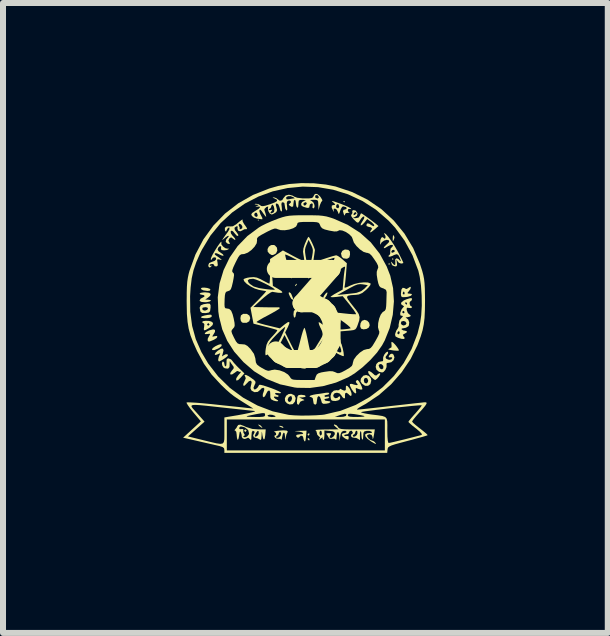
<source format=kicad_pcb>
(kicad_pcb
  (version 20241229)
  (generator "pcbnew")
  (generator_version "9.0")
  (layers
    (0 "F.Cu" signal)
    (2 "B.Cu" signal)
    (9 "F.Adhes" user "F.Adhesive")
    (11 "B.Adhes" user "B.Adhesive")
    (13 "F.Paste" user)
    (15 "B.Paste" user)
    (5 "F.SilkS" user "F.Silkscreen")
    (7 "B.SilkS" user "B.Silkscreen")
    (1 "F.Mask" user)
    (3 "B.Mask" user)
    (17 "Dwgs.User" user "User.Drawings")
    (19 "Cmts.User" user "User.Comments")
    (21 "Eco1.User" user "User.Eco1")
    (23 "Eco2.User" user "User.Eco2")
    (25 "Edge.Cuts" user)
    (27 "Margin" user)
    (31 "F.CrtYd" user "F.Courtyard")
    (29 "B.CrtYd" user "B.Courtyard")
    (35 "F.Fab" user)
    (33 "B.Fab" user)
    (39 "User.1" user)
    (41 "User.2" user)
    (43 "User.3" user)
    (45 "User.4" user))
  (footprint "3"
    (layer "F.Cu")
    (at 2.044 2.251)
    (property "Reference" "3" (at 0 0 0) (layer "F.SilkS") (effects (font (size 1.5 1.5) (thickness 0.3))))
    (attr board_only exclude_from_pos_files exclude_from_bom)
    (fp_poly (pts (xy -0.782 -1.635) (xy -0.792 -1.625) (xy -0.802 -1.635) (xy -0.792 -1.645)) (stroke (width 0) (type solid)) (fill yes) (layer "F.SilkS"))
    (fp_poly (pts (xy 0.309 -0.237) (xy 0.298 -0.226) (xy 0.288 -0.237) (xy 0.298 -0.247)) (stroke (width 0) (type solid)) (fill yes) (layer "F.SilkS"))
    (fp_poly (pts (xy 0.055 -0.302) (xy 0.052 -0.289) (xy 0.041 -0.288) (xy 0.024 -0.295) (xy 0.027 -0.302) (xy 0.052 -0.304)) (stroke (width 0) (type solid)) (fill yes) (layer "F.SilkS"))
    (fp_poly (pts (xy 0.261 -0.281) (xy 0.263 -0.257) (xy 0.261 -0.254) (xy 0.248 -0.256) (xy 0.247 -0.267) (xy 0.254 -0.284)) (stroke (width 0) (type solid)) (fill yes) (layer "F.SilkS"))
    (fp_poly (pts (xy 0.651 -1.947) (xy 0.648 -1.935) (xy 0.638 -1.933) (xy 0.621 -1.941) (xy 0.624 -1.947) (xy 0.648 -1.949)) (stroke (width 0) (type solid)) (fill yes) (layer "F.SilkS"))
    (fp_poly (pts (xy 1.392 -0.919) (xy 1.394 -0.894) (xy 1.392 -0.891) (xy 1.379 -0.894) (xy 1.378 -0.905) (xy 1.385 -0.922)) (stroke (width 0) (type solid)) (fill yes) (layer "F.SilkS"))
    (fp_poly (pts (xy 1.453 -1.001) (xy 1.456 -0.977) (xy 1.453 -0.973) (xy 1.441 -0.976) (xy 1.44 -0.987) (xy 1.447 -1.004)) (stroke (width 0) (type solid)) (fill yes) (layer "F.SilkS"))
    (fp_poly (pts (xy -0.758 1.783) (xy -0.74 1.8) (xy -0.722 1.826) (xy -0.734 1.824) (xy -0.77 1.799) (xy -0.792 1.777) (xy -0.788 1.769)) (stroke (width 0) (type solid)) (fill yes) (layer "F.SilkS"))
    (fp_poly (pts (xy -0.153 -0.295) (xy -0.157 -0.279) (xy -0.173 -0.25) (xy -0.184 -0.255) (xy -0.185 -0.266) (xy -0.17 -0.294) (xy -0.165 -0.298)) (stroke (width 0) (type solid)) (fill yes) (layer "F.SilkS"))
    (fp_poly (pts (xy 0.244 -0.568) (xy 0.266 -0.548) (xy 0.267 -0.544) (xy 0.258 -0.535) (xy 0.237 -0.554) (xy 0.235 -0.558) (xy 0.232 -0.573)) (stroke (width 0) (type solid)) (fill yes) (layer "F.SilkS"))
    (fp_poly (pts (xy -0.988 1.867) (xy -0.987 1.872) (xy -1.003 1.892) (xy -1.008 1.892) (xy -1.028 1.876) (xy -1.028 1.872) (xy -1.013 1.852) (xy -1.008 1.851)) (stroke (width 0) (type solid)) (fill yes) (layer "F.SilkS"))
    (fp_poly (pts (xy -0.391 1.8) (xy -0.38 1.81) (xy -0.372 1.826) (xy -0.384 1.825) (xy -0.422 1.81) (xy -0.447 1.796) (xy -0.436 1.791) (xy -0.428 1.791)) (stroke (width 0) (type solid)) (fill yes) (layer "F.SilkS"))
    (fp_poly (pts (xy -0.15 -0.563) (xy -0.154 -0.555) (xy -0.174 -0.536) (xy -0.177 -0.535) (xy -0.179 -0.548) (xy -0.175 -0.555) (xy -0.155 -0.575) (xy -0.152 -0.576)) (stroke (width 0) (type solid)) (fill yes) (layer "F.SilkS"))
    (fp_poly (pts (xy 0.061 2.01) (xy 0.062 2.016) (xy 0.055 2.036) (xy 0.053 2.036) (xy 0.035 2.022) (xy 0.031 2.016) (xy 0.032 1.997) (xy 0.04 1.995)) (stroke (width 0) (type solid)) (fill yes) (layer "F.SilkS"))
    (fp_poly (pts (xy 0.061 1.929) (xy 0.062 1.933) (xy 0.046 1.953) (xy 0.04 1.954) (xy 0.028 1.941) (xy 0.031 1.933) (xy 0.049 1.914) (xy 0.053 1.913)) (stroke (width 0) (type solid)) (fill yes) (layer "F.SilkS"))
    (fp_poly (pts (xy 1.467 -1.379) (xy 1.476 -1.342) (xy 1.467 -1.313) (xy 1.453 -1.285) (xy 1.448 -1.292) (xy 1.447 -1.333) (xy 1.451 -1.377) (xy 1.465 -1.381)) (stroke (width 0) (type solid)) (fill yes) (layer "F.SilkS"))
    (fp_poly (pts (xy 0.359 -0.416) (xy 0.346 -0.38) (xy 0.323 -0.344) (xy 0.3 -0.328) (xy 0.289 -0.339) (xy 0.289 -0.344) (xy 0.301 -0.373) (xy 0.326 -0.408) (xy 0.351 -0.43) (xy 0.357 -0.432)) (stroke (width 0) (type solid)) (fill yes) (layer "F.SilkS"))
    (fp_poly (pts (xy -1.643 -0.505) (xy -1.603 -0.492) (xy -1.589 -0.478) (xy -1.599 -0.46) (xy -1.639 -0.455) (xy -1.7 -0.464) (xy -1.712 -0.467) (xy -1.743 -0.484) (xy -1.748 -0.496) (xy -1.731 -0.509) (xy -1.691 -0.511)) (stroke (width 0) (type solid)) (fill yes) (layer "F.SilkS"))
    (fp_poly (pts (xy -0.249 -0.415) (xy -0.239 -0.396) (xy -0.221 -0.351) (xy -0.214 -0.334) (xy -0.214 -0.311) (xy -0.221 -0.309) (xy -0.243 -0.325) (xy -0.264 -0.361) (xy -0.284 -0.407) (xy -0.285 -0.428) (xy -0.27 -0.432)) (stroke (width 0) (type solid)) (fill yes) (layer "F.SilkS"))
    (fp_poly (pts (xy 0.708 -1.139) (xy 0.733 -1.113) (xy 0.736 -1.062) (xy 0.725 -1.015) (xy 0.695 -0.995) (xy 0.675 -0.991) (xy 0.623 -0.999) (xy 0.598 -1.026) (xy 0.586 -1.08) (xy 0.607 -1.123) (xy 0.651 -1.146)) (stroke (width 0) (type solid)) (fill yes) (layer "F.SilkS"))
    (fp_poly (pts (xy -1.57 -0.055) (xy -1.568 -0.03) (xy -1.573 -0.022) (xy -1.598 -0.009) (xy -1.644 -0.001) (xy -1.695 -0.001) (xy -1.735 -0.007) (xy -1.748 -0.019) (xy -1.73 -0.033) (xy -1.687 -0.046) (xy -1.636 -0.056) (xy -1.591 -0.06)) (stroke (width 0) (type solid)) (fill yes) (layer "F.SilkS"))
    (fp_poly (pts (xy -1.399 0.441) (xy -1.407 0.465) (xy -1.442 0.494) (xy -1.459 0.503) (xy -1.523 0.53) (xy -1.557 0.53) (xy -1.563 0.515) (xy -1.546 0.493) (xy -1.507 0.466) (xy -1.46 0.443) (xy -1.422 0.432) (xy -1.42 0.432)) (stroke (width 0) (type solid)) (fill yes) (layer "F.SilkS"))
    (fp_poly (pts (xy -0.981 -0.073) (xy -0.939 -0.044) (xy -0.926 -0.002) (xy -0.942 0.049) (xy -0.986 0.076) (xy -1.046 0.075) (xy -1.064 0.069) (xy -1.083 0.043) (xy -1.09 -0.001) (xy -1.081 -0.048) (xy -1.048 -0.071) (xy -1.038 -0.074)) (stroke (width 0) (type solid)) (fill yes) (layer "F.SilkS"))
    (fp_poly (pts (xy 0.008 0.704) (xy 0.029 0.754) (xy 0.031 0.773) (xy 0.024 0.818) (xy -0.005 0.836) (xy -0.022 0.839) (xy -0.072 0.833) (xy -0.101 0.814) (xy -0.12 0.764) (xy -0.103 0.715) (xy -0.077 0.691) (xy -0.03 0.681)) (stroke (width 0) (type solid)) (fill yes) (layer "F.SilkS"))
    (fp_poly (pts (xy -0.514 -1.213) (xy -0.481 -1.176) (xy -0.475 -1.127) (xy -0.496 -1.082) (xy -0.513 -1.07) (xy -0.548 -1.053) (xy -0.571 -1.054) (xy -0.602 -1.071) (xy -0.635 -1.108) (xy -0.638 -1.152) (xy -0.617 -1.193) (xy -0.579 -1.219) (xy -0.532 -1.221)) (stroke (width 0) (type solid)) (fill yes) (layer "F.SilkS"))
    (fp_poly (pts (xy 1.022 0.04) (xy 1.054 0.074) (xy 1.064 0.118) (xy 1.048 0.155) (xy 1.01 0.178) (xy 0.96 0.185) (xy 0.921 0.173) (xy 0.919 0.171) (xy 0.905 0.134) (xy 0.911 0.084) (xy 0.933 0.044) (xy 0.935 0.042) (xy 0.979 0.026)) (stroke (width 0) (type solid)) (fill yes) (layer "F.SilkS"))
    (fp_poly (pts (xy 1.088 0.896) (xy 1.11 0.914) (xy 1.148 0.948) (xy 1.172 0.954) (xy 1.192 0.937) (xy 1.222 0.916) (xy 1.238 0.918) (xy 1.237 0.937) (xy 1.217 0.971) (xy 1.188 1.005) (xy 1.16 1.027) (xy 1.152 1.028) (xy 1.131 1.015) (xy 1.094 0.981) (xy 1.081 0.968) (xy 1.045 0.92) (xy 1.036 0.888) (xy 1.052 0.877)) (stroke (width 0) (type solid)) (fill yes) (layer "F.SilkS"))
    (fp_poly (pts (xy 1.456 0.407) (xy 1.489 0.441) (xy 1.521 0.482) (xy 1.545 0.518) (xy 1.549 0.538) (xy 1.548 0.539) (xy 1.52 0.541) (xy 1.466 0.537) (xy 1.44 0.533) (xy 1.387 0.524) (xy 1.371 0.516) (xy 1.387 0.507) (xy 1.393 0.504) (xy 1.427 0.483) (xy 1.428 0.444) (xy 1.427 0.44) (xy 1.424 0.404) (xy 1.432 0.392)) (stroke (width 0) (type solid)) (fill yes) (layer "F.SilkS"))
    (fp_poly (pts (xy -0.02 1.282) (xy -0.001 1.297) (xy -0.015 1.311) (xy -0.057 1.318) (xy -0.113 1.319) (xy -0.062 1.342) (xy -0.026 1.359) (xy -0.028 1.367) (xy -0.057 1.373) (xy -0.093 1.39) (xy -0.103 1.41) (xy -0.118 1.437) (xy -0.129 1.44) (xy -0.146 1.424) (xy -0.149 1.374) (xy -0.147 1.357) (xy -0.14 1.305) (xy -0.123 1.281) (xy -0.086 1.275) (xy -0.07 1.275)) (stroke (width 0) (type solid)) (fill yes) (layer "F.SilkS"))
    (fp_poly (pts (xy -0.191 1.282) (xy -0.169 1.329) (xy -0.181 1.387) (xy -0.217 1.43) (xy -0.27 1.436) (xy -0.314 1.417) (xy -0.346 1.38) (xy -0.348 1.35) (xy -0.302 1.35) (xy -0.296 1.381) (xy -0.271 1.395) (xy -0.245 1.378) (xy -0.23 1.34) (xy -0.236 1.303) (xy -0.253 1.296) (xy -0.285 1.313) (xy -0.302 1.35) (xy -0.348 1.35) (xy -0.349 1.333) (xy -0.328 1.29) (xy -0.287 1.262) (xy -0.245 1.258)) (stroke (width 0) (type solid)) (fill yes) (layer "F.SilkS"))
    (fp_poly (pts (xy 1.051 0.961) (xy 1.083 1.001) (xy 1.09 1.039) (xy 1.075 1.095) (xy 1.037 1.125) (xy 0.987 1.125) (xy 0.936 1.09) (xy 0.911 1.051) (xy 0.913 1.033) (xy 0.965 1.033) (xy 0.975 1.069) (xy 0.981 1.077) (xy 1.01 1.086) (xy 1.033 1.064) (xy 1.039 1.037) (xy 1.023 1.002) (xy 1.003 0.991) (xy 0.976 1.001) (xy 0.965 1.033) (xy 0.913 1.033) (xy 0.916 1.01) (xy 0.922 0.997) (xy 0.958 0.956) (xy 1.005 0.945)) (stroke (width 0) (type solid)) (fill yes) (layer "F.SilkS"))
    (fp_poly (pts (xy -1.611 -0.425) (xy -1.584 -0.404) (xy -1.595 -0.373) (xy -1.63 -0.343) (xy -1.676 -0.311) (xy -1.63 -0.31) (xy -1.589 -0.303) (xy -1.582 -0.291) (xy -1.604 -0.278) (xy -1.648 -0.269) (xy -1.676 -0.267) (xy -1.738 -0.272) (xy -1.766 -0.286) (xy -1.769 -0.297) (xy -1.752 -0.326) (xy -1.728 -0.339) (xy -1.694 -0.358) (xy -1.686 -0.372) (xy -1.704 -0.387) (xy -1.728 -0.391) (xy -1.761 -0.399) (xy -1.769 -0.411) (xy -1.75 -0.424) (xy -1.704 -0.431) (xy -1.676 -0.432)) (stroke (width 0) (type solid)) (fill yes) (layer "F.SilkS"))
    (fp_poly (pts (xy 0.88 1.045) (xy 0.905 1.084) (xy 0.928 1.131) (xy 0.941 1.171) (xy 0.939 1.186) (xy 0.913 1.188) (xy 0.874 1.176) (xy 0.838 1.162) (xy 0.829 1.174) (xy 0.835 1.203) (xy 0.839 1.244) (xy 0.824 1.252) (xy 0.797 1.229) (xy 0.762 1.18) (xy 0.734 1.123) (xy 0.734 1.095) (xy 0.764 1.092) (xy 0.803 1.105) (xy 0.846 1.114) (xy 0.865 1.107) (xy 0.854 1.088) (xy 0.843 1.08) (xy 0.832 1.056) (xy 0.847 1.032) (xy 0.86 1.028)) (stroke (width 0) (type solid)) (fill yes) (layer "F.SilkS"))
    (fp_poly (pts (xy -1.6 -0.242) (xy -1.587 -0.219) (xy -1.587 -0.173) (xy -1.588 -0.17) (xy -1.595 -0.119) (xy -1.615 -0.096) (xy -1.66 -0.087) (xy -1.668 -0.086) (xy -1.726 -0.088) (xy -1.753 -0.108) (xy -1.756 -0.114) (xy -1.765 -0.154) (xy -1.726 -0.154) (xy -1.713 -0.136) (xy -1.68 -0.127) (xy -1.643 -0.141) (xy -1.63 -0.159) (xy -1.64 -0.179) (xy -1.674 -0.185) (xy -1.718 -0.177) (xy -1.726 -0.154) (xy -1.765 -0.154) (xy -1.769 -0.176) (xy -1.751 -0.215) (xy -1.704 -0.234) (xy -1.637 -0.245)) (stroke (width 0) (type solid)) (fill yes) (layer "F.SilkS"))
    (fp_poly (pts (xy -1.513 0.194) (xy -1.514 0.228) (xy -1.537 0.267) (xy -1.557 0.299) (xy -1.55 0.306) (xy -1.526 0.3) (xy -1.485 0.294) (xy -1.473 0.308) (xy -1.489 0.332) (xy -1.531 0.358) (xy -1.534 0.359) (xy -1.587 0.381) (xy -1.613 0.389) (xy -1.626 0.384) (xy -1.635 0.371) (xy -1.634 0.341) (xy -1.615 0.302) (xy -1.594 0.267) (xy -1.602 0.257) (xy -1.634 0.262) (xy -1.676 0.264) (xy -1.685 0.251) (xy -1.662 0.229) (xy -1.612 0.203) (xy -1.606 0.201) (xy -1.544 0.184)) (stroke (width 0) (type solid)) (fill yes) (layer "F.SilkS"))
    (fp_poly (pts (xy -1.615 0.044) (xy -1.575 0.054) (xy -1.545 0.078) (xy -1.553 0.113) (xy -1.598 0.154) (xy -1.612 0.163) (xy -1.666 0.194) (xy -1.693 0.201) (xy -1.7 0.182) (xy -1.694 0.144) (xy -1.691 0.103) (xy -1.645 0.103) (xy -1.63 0.123) (xy -1.625 0.123) (xy -1.605 0.108) (xy -1.604 0.103) (xy -1.62 0.083) (xy -1.625 0.082) (xy -1.645 0.098) (xy -1.645 0.103) (xy -1.691 0.103) (xy -1.691 0.097) (xy -1.704 0.082) (xy -1.726 0.068) (xy -1.728 0.062) (xy -1.71 0.048) (xy -1.667 0.042)) (stroke (width 0) (type solid)) (fill yes) (layer "F.SilkS"))
    (fp_poly (pts (xy -1.371 0.537) (xy -1.387 0.6) (xy -1.389 0.607) (xy -1.397 0.634) (xy -1.384 0.628) (xy -1.377 0.622) (xy -1.34 0.601) (xy -1.308 0.599) (xy -1.296 0.615) (xy -1.311 0.636) (xy -1.349 0.666) (xy -1.395 0.696) (xy -1.434 0.716) (xy -1.447 0.72) (xy -1.459 0.703) (xy -1.46 0.688) (xy -1.451 0.644) (xy -1.438 0.614) (xy -1.425 0.586) (xy -1.439 0.586) (xy -1.46 0.597) (xy -1.503 0.612) (xy -1.518 0.602) (xy -1.503 0.574) (xy -1.471 0.543) (xy -1.414 0.507) (xy -1.381 0.506)) (stroke (width 0) (type solid)) (fill yes) (layer "F.SilkS"))
    (fp_poly (pts (xy 0.005 1.949) (xy -0.002 2.013) (xy -0.009 2.045) (xy -0.018 2.051) (xy -0.026 2.044) (xy -0.039 2.013) (xy -0.041 1.992) (xy -0.055 1.961) (xy -0.083 1.955) (xy -0.107 1.976) (xy -0.107 1.978) (xy -0.128 1.991) (xy -0.14 1.987) (xy -0.164 1.961) (xy -0.151 1.941) (xy -0.104 1.933) (xy -0.103 1.933) (xy -0.055 1.928) (xy -0.043 1.915) (xy -0.064 1.9) (xy -0.115 1.888) (xy -0.129 1.887) (xy -0.173 1.882) (xy -0.183 1.879) (xy -0.155 1.877) (xy -0.102 1.875) (xy 0.012 1.872)) (stroke (width 0) (type solid)) (fill yes) (layer "F.SilkS"))
    (fp_poly (pts (xy 1.749 -0.514) (xy 1.74 -0.484) (xy 1.714 -0.449) (xy 1.692 -0.421) (xy 1.703 -0.412) (xy 1.726 -0.411) (xy 1.762 -0.405) (xy 1.766 -0.39) (xy 1.744 -0.372) (xy 1.7 -0.358) (xy 1.669 -0.354) (xy 1.615 -0.351) (xy 1.591 -0.361) (xy 1.584 -0.391) (xy 1.584 -0.417) (xy 1.613 -0.417) (xy 1.615 -0.41) (xy 1.635 -0.392) (xy 1.645 -0.412) (xy 1.645 -0.423) (xy 1.635 -0.444) (xy 1.624 -0.442) (xy 1.613 -0.417) (xy 1.584 -0.417) (xy 1.584 -0.419) (xy 1.592 -0.478) (xy 1.613 -0.508) (xy 1.643 -0.503) (xy 1.651 -0.496) (xy 1.679 -0.487) (xy 1.711 -0.507) (xy 1.739 -0.525)) (stroke (width 0) (type solid)) (fill yes) (layer "F.SilkS"))
    (fp_poly (pts (xy -0.128 -0.222) (xy -0.113 -0.216) (xy -0.045 -0.197) (xy 0.033 -0.19) (xy 0.105 -0.194) (xy 0.144 -0.205) (xy 0.181 -0.218) (xy 0.204 -0.214) (xy 0.202 -0.198) (xy 0.188 -0.187) (xy 0.18 -0.171) (xy 0.21 -0.153) (xy 0.224 -0.148) (xy 0.269 -0.126) (xy 0.284 -0.093) (xy 0.285 -0.058) (xy 0.282 -0.016) (xy 0.279 -0.014) (xy 0.273 -0.045) (xy 0.26 -0.083) (xy 0.226 -0.11) (xy 0.17 -0.132) (xy 0.089 -0.156) (xy 0.024 -0.163) (xy -0.042 -0.153) (xy -0.085 -0.141) (xy -0.139 -0.119) (xy -0.162 -0.091) (xy -0.165 -0.07) (xy -0.173 -0.028) (xy -0.185 -0.01) (xy -0.199 -0.019) (xy -0.206 -0.06) (xy -0.206 -0.069) (xy -0.2 -0.119) (xy -0.178 -0.144) (xy -0.152 -0.153) (xy -0.117 -0.166) (xy -0.115 -0.185) (xy -0.127 -0.2) (xy -0.143 -0.224)) (stroke (width 0) (type solid)) (fill yes) (layer "F.SilkS"))
    (fp_poly (pts (xy 0.391 1.252) (xy 0.374 1.271) (xy 0.35 1.275) (xy 0.316 1.284) (xy 0.309 1.297) (xy 0.325 1.31) (xy 0.35 1.306) (xy 0.383 1.304) (xy 0.391 1.315) (xy 0.374 1.333) (xy 0.35 1.337) (xy 0.316 1.345) (xy 0.309 1.357) (xy 0.326 1.373) (xy 0.36 1.378) (xy 0.402 1.384) (xy 0.409 1.398) (xy 0.383 1.414) (xy 0.34 1.423) (xy 0.291 1.425) (xy 0.268 1.41) (xy 0.255 1.366) (xy 0.255 1.364) (xy 0.236 1.311) (xy 0.212 1.296) (xy 0.193 1.317) (xy 0.185 1.368) (xy 0.178 1.421) (xy 0.157 1.44) (xy 0.154 1.44) (xy 0.13 1.421) (xy 0.123 1.378) (xy 0.114 1.329) (xy 0.093 1.316) (xy 0.065 1.307) (xy 0.062 1.298) (xy 0.08 1.286) (xy 0.128 1.273) (xy 0.167 1.266) (xy 0.242 1.256) (xy 0.309 1.245) (xy 0.332 1.241) (xy 0.377 1.239)) (stroke (width 0) (type solid)) (fill yes) (layer "F.SilkS"))
    (fp_poly (pts (xy -0.318 1.871) (xy -0.3 1.887) (xy -0.306 1.9) (xy -0.323 1.936) (xy -0.334 1.985) (xy -0.34 2.018) (xy -0.344 2.015) (xy -0.346 1.974) (xy -0.347 1.965) (xy -0.354 1.915) (xy -0.368 1.904) (xy -0.383 1.928) (xy -0.396 1.985) (xy -0.403 2.02) (xy -0.408 2.024) (xy -0.408 2.023) (xy -0.427 2.007) (xy -0.449 2.009) (xy -0.492 2.002) (xy -0.513 1.986) (xy -0.519 1.974) (xy -0.494 1.974) (xy -0.489 1.993) (xy -0.465 1.99) (xy -0.444 1.982) (xy -0.421 1.959) (xy -0.411 1.925) (xy -0.419 1.898) (xy -0.432 1.892) (xy -0.45 1.909) (xy -0.452 1.923) (xy -0.464 1.95) (xy -0.473 1.954) (xy -0.493 1.969) (xy -0.494 1.974) (xy -0.519 1.974) (xy -0.527 1.959) (xy -0.517 1.954) (xy -0.495 1.941) (xy -0.497 1.914) (xy -0.517 1.892) (xy -0.53 1.889) (xy -0.532 1.885) (xy -0.501 1.879) (xy -0.463 1.873) (xy -0.373 1.866)) (stroke (width 0) (type solid)) (fill yes) (layer "F.SilkS"))
    (fp_poly (pts (xy 0.697 1.131) (xy 0.726 1.167) (xy 0.739 1.191) (xy 0.76 1.245) (xy 0.762 1.282) (xy 0.748 1.295) (xy 0.722 1.277) (xy 0.711 1.264) (xy 0.679 1.24) (xy 0.655 1.25) (xy 0.651 1.289) (xy 0.652 1.296) (xy 0.652 1.329) (xy 0.635 1.335) (xy 0.609 1.313) (xy 0.593 1.287) (xy 0.562 1.252) (xy 0.518 1.24) (xy 0.478 1.249) (xy 0.456 1.281) (xy 0.465 1.315) (xy 0.495 1.332) (xy 0.527 1.325) (xy 0.536 1.315) (xy 0.558 1.298) (xy 0.572 1.311) (xy 0.569 1.346) (xy 0.569 1.346) (xy 0.542 1.367) (xy 0.495 1.378) (xy 0.448 1.375) (xy 0.425 1.364) (xy 0.415 1.335) (xy 0.411 1.293) (xy 0.427 1.241) (xy 0.466 1.205) (xy 0.514 1.197) (xy 0.525 1.2) (xy 0.554 1.197) (xy 0.561 1.187) (xy 0.576 1.174) (xy 0.602 1.19) (xy 0.64 1.206) (xy 0.665 1.196) (xy 0.666 1.163) (xy 0.666 1.163) (xy 0.668 1.131) (xy 0.677 1.122)) (stroke (width 0) (type solid)) (fill yes) (layer "F.SilkS"))
    (fp_poly (pts (xy -1.246 0.685) (xy -1.226 0.707) (xy -1.199 0.742) (xy -1.153 0.792) (xy -1.113 0.832) (xy -1.023 0.918) (xy -1.084 0.987) (xy -1.127 1.029) (xy -1.153 1.037) (xy -1.161 1.03) (xy -1.158 0.998) (xy -1.126 0.95) (xy -1.118 0.941) (xy -1.088 0.906) (xy -1.079 0.891) (xy -1.083 0.892) (xy -1.114 0.891) (xy -1.122 0.883) (xy -1.145 0.878) (xy -1.183 0.906) (xy -1.227 0.935) (xy -1.255 0.937) (xy -1.26 0.914) (xy -1.233 0.873) (xy -1.232 0.872) (xy -1.203 0.836) (xy -1.201 0.811) (xy -1.218 0.787) (xy -1.249 0.744) (xy -1.262 0.72) (xy -1.268 0.717) (xy -1.27 0.747) (xy -1.269 0.76) (xy -1.272 0.812) (xy -1.291 0.836) (xy -1.302 0.839) (xy -1.349 0.833) (xy -1.369 0.822) (xy -1.391 0.789) (xy -1.398 0.751) (xy -1.389 0.724) (xy -1.378 0.72) (xy -1.361 0.737) (xy -1.357 0.761) (xy -1.349 0.794) (xy -1.337 0.802) (xy -1.324 0.784) (xy -1.321 0.741) (xy -1.321 0.735) (xy -1.32 0.688) (xy -1.303 0.67) (xy -1.288 0.668)) (stroke (width 0) (type solid)) (fill yes) (layer "F.SilkS"))
    (fp_poly (pts (xy 1.369 0.56) (xy 1.369 0.585) (xy 1.35 0.614) (xy 1.327 0.645) (xy 1.334 0.667) (xy 1.346 0.678) (xy 1.385 0.693) (xy 1.422 0.686) (xy 1.44 0.661) (xy 1.44 0.659) (xy 1.425 0.648) (xy 1.409 0.651) (xy 1.383 0.651) (xy 1.381 0.63) (xy 1.406 0.599) (xy 1.406 0.599) (xy 1.436 0.588) (xy 1.461 0.607) (xy 1.476 0.652) (xy 1.461 0.699) (xy 1.423 0.732) (xy 1.386 0.74) (xy 1.348 0.746) (xy 1.343 0.768) (xy 1.345 0.774) (xy 1.344 0.814) (xy 1.324 0.86) (xy 1.293 0.895) (xy 1.27 0.903) (xy 1.227 0.894) (xy 1.218 0.891) (xy 1.177 0.858) (xy 1.163 0.81) (xy 1.168 0.788) (xy 1.213 0.788) (xy 1.227 0.825) (xy 1.238 0.839) (xy 1.268 0.851) (xy 1.29 0.833) (xy 1.29 0.796) (xy 1.289 0.793) (xy 1.265 0.767) (xy 1.235 0.762) (xy 1.215 0.779) (xy 1.213 0.788) (xy 1.168 0.788) (xy 1.174 0.763) (xy 1.208 0.729) (xy 1.246 0.72) (xy 1.283 0.714) (xy 1.289 0.69) (xy 1.286 0.682) (xy 1.289 0.646) (xy 1.307 0.605) (xy 1.334 0.571) (xy 1.36 0.556)) (stroke (width 0) (type solid)) (fill yes) (layer "F.SilkS"))
    (fp_poly (pts (xy 0.479 -1.943) (xy 0.549 -1.918) (xy 0.564 -1.913) (xy 0.641 -1.883) (xy 0.705 -1.855) (xy 0.743 -1.834) (xy 0.749 -1.83) (xy 0.758 -1.816) (xy 0.735 -1.821) (xy 0.707 -1.819) (xy 0.698 -1.796) (xy 0.712 -1.769) (xy 0.725 -1.76) (xy 0.729 -1.754) (xy 0.705 -1.756) (xy 0.665 -1.751) (xy 0.653 -1.731) (xy 0.646 -1.709) (xy 0.635 -1.726) (xy 0.632 -1.734) (xy 0.618 -1.784) (xy 0.629 -1.807) (xy 0.648 -1.81) (xy 0.675 -1.821) (xy 0.679 -1.83) (xy 0.672 -1.85) (xy 0.67 -1.851) (xy 0.646 -1.857) (xy 0.631 -1.863) (xy 0.605 -1.857) (xy 0.581 -1.815) (xy 0.574 -1.796) (xy 0.557 -1.748) (xy 0.547 -1.736) (xy 0.539 -1.756) (xy 0.535 -1.769) (xy 0.513 -1.81) (xy 0.488 -1.827) (xy 0.463 -1.823) (xy 0.464 -1.796) (xy 0.47 -1.772) (xy 0.459 -1.785) (xy 0.456 -1.79) (xy 0.431 -1.841) (xy 0.432 -1.871) (xy 0.504 -1.871) (xy 0.507 -1.845) (xy 0.509 -1.843) (xy 0.538 -1.831) (xy 0.555 -1.853) (xy 0.555 -1.86) (xy 0.544 -1.894) (xy 0.537 -1.901) (xy 0.517 -1.897) (xy 0.504 -1.871) (xy 0.432 -1.871) (xy 0.432 -1.875) (xy 0.447 -1.883) (xy 0.483 -1.889) (xy 0.488 -1.89) (xy 0.485 -1.903) (xy 0.457 -1.93) (xy 0.452 -1.933) (xy 0.434 -1.95) (xy 0.442 -1.954)) (stroke (width 0) (type solid)) (fill yes) (layer "F.SilkS"))
    (fp_poly (pts (xy -1.405 -1.262) (xy -1.408 -1.255) (xy -1.405 -1.227) (xy -1.378 -1.194) (xy -1.341 -1.167) (xy -1.307 -1.159) (xy -1.303 -1.16) (xy -1.283 -1.161) (xy -1.286 -1.152) (xy -1.313 -1.137) (xy -1.361 -1.131) (xy -1.404 -1.136) (xy -1.414 -1.155) (xy -1.412 -1.161) (xy -1.41 -1.194) (xy -1.429 -1.202) (xy -1.455 -1.181) (xy -1.46 -1.173) (xy -1.47 -1.142) (xy -1.453 -1.116) (xy -1.42 -1.093) (xy -1.382 -1.066) (xy -1.369 -1.045) (xy -1.371 -1.043) (xy -1.395 -1.043) (xy -1.438 -1.061) (xy -1.442 -1.064) (xy -1.486 -1.083) (xy -1.515 -1.083) (xy -1.516 -1.082) (xy -1.515 -1.061) (xy -1.501 -1.049) (xy -1.461 -1.022) (xy -1.429 -0.998) (xy -1.402 -0.974) (xy -1.408 -0.971) (xy -1.437 -0.978) (xy -1.469 -0.984) (xy -1.478 -0.968) (xy -1.471 -0.928) (xy -1.466 -0.882) (xy -1.482 -0.865) (xy -1.517 -0.866) (xy -1.528 -0.883) (xy -1.527 -0.886) (xy -1.54 -0.901) (xy -1.563 -0.905) (xy -1.596 -0.896) (xy -1.604 -0.883) (xy -1.591 -0.872) (xy -1.58 -0.876) (xy -1.566 -0.878) (xy -1.571 -0.867) (xy -1.599 -0.844) (xy -1.62 -0.858) (xy -1.625 -0.885) (xy -1.61 -0.92) (xy -1.564 -0.939) (xy -1.517 -0.957) (xy -1.493 -0.983) (xy -1.498 -1.007) (xy -1.512 -1.016) (xy -1.545 -1.01) (xy -1.562 -0.991) (xy -1.578 -0.968) (xy -1.583 -0.981) (xy -1.583 -0.989) (xy -1.573 -1.019) (xy -1.548 -1.07) (xy -1.512 -1.131) (xy -1.474 -1.192) (xy -1.439 -1.242) (xy -1.414 -1.272) (xy -1.408 -1.275)) (stroke (width 0) (type solid)) (fill yes) (layer "F.SilkS"))
    (fp_poly (pts (xy -0.995 0.944) (xy -0.952 0.965) (xy -0.915 0.99) (xy -0.863 1.028) (xy -0.84 1.054) (xy -0.839 1.079) (xy -0.854 1.112) (xy -0.872 1.158) (xy -0.863 1.183) (xy -0.861 1.185) (xy -0.833 1.181) (xy -0.801 1.151) (xy -0.777 1.109) (xy -0.757 1.108) (xy -0.709 1.119) (xy -0.644 1.14) (xy -0.572 1.165) (xy -0.503 1.192) (xy -0.448 1.217) (xy -0.416 1.236) (xy -0.412 1.241) (xy -0.428 1.25) (xy -0.463 1.246) (xy -0.502 1.243) (xy -0.514 1.254) (xy -0.498 1.273) (xy -0.483 1.275) (xy -0.456 1.287) (xy -0.452 1.297) (xy -0.468 1.31) (xy -0.494 1.306) (xy -0.527 1.303) (xy -0.532 1.318) (xy -0.508 1.341) (xy -0.49 1.351) (xy -0.461 1.369) (xy -0.466 1.381) (xy -0.495 1.382) (xy -0.54 1.37) (xy -0.579 1.349) (xy -0.592 1.316) (xy -0.592 1.278) (xy -0.595 1.222) (xy -0.612 1.201) (xy -0.638 1.217) (xy -0.658 1.254) (xy -0.68 1.297) (xy -0.701 1.316) (xy -0.702 1.316) (xy -0.718 1.3) (xy -0.716 1.261) (xy -0.699 1.213) (xy -0.69 1.175) (xy -0.707 1.157) (xy -0.737 1.167) (xy -0.757 1.189) (xy -0.801 1.226) (xy -0.856 1.231) (xy -0.904 1.205) (xy -0.906 1.202) (xy -0.923 1.165) (xy -0.913 1.114) (xy -0.911 1.11) (xy -0.902 1.061) (xy -0.917 1.039) (xy -0.949 1.049) (xy -0.985 1.086) (xy -1.02 1.122) (xy -1.041 1.123) (xy -1.042 1.095) (xy -1.022 1.05) (xy -1.001 1.001) (xy -1.008 0.977) (xy -1.02 0.952) (xy -1.017 0.944)) (stroke (width 0) (type solid)) (fill yes) (layer "F.SilkS"))
    (fp_poly (pts (xy 0.828 -1.793) (xy 0.834 -1.789) (xy 0.862 -1.747) (xy 0.85 -1.709) (xy 0.818 -1.687) (xy 0.788 -1.674) (xy 0.795 -1.669) (xy 0.83 -1.667) (xy 0.879 -1.677) (xy 0.899 -1.707) (xy 0.913 -1.74) (xy 0.923 -1.748) (xy 0.943 -1.737) (xy 0.985 -1.708) (xy 1.04 -1.669) (xy 1.099 -1.625) (xy 1.153 -1.584) (xy 1.192 -1.552) (xy 1.209 -1.536) (xy 1.209 -1.535) (xy 1.192 -1.521) (xy 1.155 -1.488) (xy 1.136 -1.472) (xy 1.097 -1.441) (xy 1.073 -1.43) (xy 1.069 -1.435) (xy 1.085 -1.466) (xy 1.09 -1.471) (xy 1.103 -1.493) (xy 1.085 -1.514) (xy 1.048 -1.522) (xy 1.015 -1.535) (xy 1.008 -1.553) (xy 1.021 -1.58) (xy 1.053 -1.577) (xy 1.092 -1.551) (xy 1.125 -1.533) (xy 1.14 -1.54) (xy 1.133 -1.563) (xy 1.1 -1.596) (xy 1.087 -1.606) (xy 1.022 -1.653) (xy 0.975 -1.593) (xy 0.941 -1.558) (xy 0.917 -1.546) (xy 0.914 -1.547) (xy 0.916 -1.571) (xy 0.939 -1.61) (xy 0.943 -1.616) (xy 0.969 -1.659) (xy 0.975 -1.69) (xy 0.974 -1.692) (xy 0.953 -1.694) (xy 0.921 -1.661) (xy 0.885 -1.605) (xy 0.869 -1.591) (xy 0.844 -1.602) (xy 0.802 -1.643) (xy 0.801 -1.643) (xy 0.762 -1.69) (xy 0.753 -1.718) (xy 0.761 -1.728) (xy 0.768 -1.739) (xy 0.795 -1.739) (xy 0.796 -1.718) (xy 0.813 -1.721) (xy 0.84 -1.741) (xy 0.843 -1.75) (xy 0.832 -1.768) (xy 0.809 -1.76) (xy 0.795 -1.739) (xy 0.768 -1.739) (xy 0.777 -1.754) (xy 0.774 -1.765) (xy 0.772 -1.791) (xy 0.795 -1.802)) (stroke (width 0) (type solid)) (fill yes) (layer "F.SilkS"))
    (fp_poly (pts (xy 1.334 -1.401) (xy 1.375 -1.355) (xy 1.423 -1.289) (xy 1.475 -1.21) (xy 1.524 -1.126) (xy 1.552 -1.074) (xy 1.586 -1.005) (xy 1.612 -0.952) (xy 1.624 -0.923) (xy 1.625 -0.921) (xy 1.608 -0.914) (xy 1.586 -0.911) (xy 1.548 -0.925) (xy 1.526 -0.953) (xy 1.512 -0.977) (xy 1.51 -0.968) (xy 1.515 -0.931) (xy 1.52 -0.885) (xy 1.507 -0.866) (xy 1.486 -0.864) (xy 1.446 -0.878) (xy 1.432 -0.896) (xy 1.42 -0.935) (xy 1.425 -0.942) (xy 1.441 -0.92) (xy 1.47 -0.888) (xy 1.489 -0.891) (xy 1.491 -0.927) (xy 1.49 -0.934) (xy 1.489 -0.98) (xy 1.51 -0.999) (xy 1.542 -0.987) (xy 1.554 -0.974) (xy 1.577 -0.949) (xy 1.581 -0.959) (xy 1.567 -1) (xy 1.56 -1.017) (xy 1.538 -1.056) (xy 1.511 -1.067) (xy 1.468 -1.053) (xy 1.439 -1.038) (xy 1.399 -1.025) (xy 1.376 -1.029) (xy 1.38 -1.045) (xy 1.397 -1.058) (xy 1.407 -1.085) (xy 1.404 -1.112) (xy 1.405 -1.114) (xy 1.424 -1.114) (xy 1.43 -1.093) (xy 1.449 -1.093) (xy 1.478 -1.109) (xy 1.482 -1.121) (xy 1.468 -1.14) (xy 1.441 -1.136) (xy 1.424 -1.114) (xy 1.405 -1.114) (xy 1.411 -1.16) (xy 1.43 -1.18) (xy 1.453 -1.206) (xy 1.443 -1.222) (xy 1.412 -1.221) (xy 1.366 -1.199) (xy 1.357 -1.193) (xy 1.314 -1.168) (xy 1.297 -1.17) (xy 1.308 -1.192) (xy 1.346 -1.23) (xy 1.351 -1.233) (xy 1.387 -1.271) (xy 1.385 -1.297) (xy 1.35 -1.307) (xy 1.304 -1.294) (xy 1.264 -1.266) (xy 1.248 -1.24) (xy 1.241 -1.223) (xy 1.237 -1.246) (xy 1.237 -1.255) (xy 1.242 -1.307) (xy 1.258 -1.343) (xy 1.279 -1.352) (xy 1.293 -1.34) (xy 1.313 -1.324) (xy 1.326 -1.336) (xy 1.327 -1.369) (xy 1.316 -1.389) (xy 1.303 -1.413) (xy 1.309 -1.418)) (stroke (width 0) (type solid)) (fill yes) (layer "F.SilkS"))
    (fp_poly (pts (xy -1.052 -1.635) (xy -1.055 -1.633) (xy -1.051 -1.61) (xy -1.028 -1.568) (xy -1.012 -1.547) (xy -0.983 -1.504) (xy -0.98 -1.485) (xy -0.987 -1.485) (xy -1.026 -1.482) (xy -1.051 -1.467) (xy -1.092 -1.448) (xy -1.126 -1.458) (xy -1.139 -1.49) (xy -1.137 -1.503) (xy -1.136 -1.532) (xy -1.159 -1.53) (xy -1.16 -1.53) (xy -1.189 -1.506) (xy -1.182 -1.469) (xy -1.15 -1.428) (xy -1.126 -1.392) (xy -1.127 -1.37) (xy -1.127 -1.37) (xy -1.151 -1.376) (xy -1.181 -1.409) (xy -1.181 -1.409) (xy -1.211 -1.446) (xy -1.234 -1.46) (xy -1.253 -1.447) (xy -1.248 -1.414) (xy -1.222 -1.376) (xy -1.213 -1.368) (xy -1.183 -1.333) (xy -1.172 -1.31) (xy -1.185 -1.306) (xy -1.21 -1.324) (xy -1.242 -1.347) (xy -1.263 -1.339) (xy -1.275 -1.327) (xy -1.29 -1.294) (xy -1.275 -1.265) (xy -1.263 -1.24) (xy -1.284 -1.238) (xy -1.311 -1.248) (xy -1.335 -1.274) (xy -1.327 -1.312) (xy -1.305 -1.337) (xy -1.285 -1.363) (xy -1.285 -1.374) (xy -1.306 -1.369) (xy -1.343 -1.343) (xy -1.351 -1.335) (xy -1.386 -1.306) (xy -1.393 -1.303) (xy -1.378 -1.328) (xy -1.377 -1.33) (xy -1.344 -1.377) (xy -1.304 -1.432) (xy -1.3 -1.436) (xy -1.273 -1.483) (xy -1.273 -1.51) (xy -1.275 -1.512) (xy -1.297 -1.505) (xy -1.314 -1.477) (xy -1.329 -1.445) (xy -1.34 -1.45) (xy -1.348 -1.467) (xy -1.348 -1.507) (xy -1.318 -1.53) (xy -1.264 -1.53) (xy -1.26 -1.529) (xy -1.215 -1.532) (xy -1.189 -1.548) (xy -1.12 -1.548) (xy -1.112 -1.534) (xy -1.1 -1.504) (xy -1.104 -1.494) (xy -1.102 -1.482) (xy -1.095 -1.481) (xy -1.064 -1.496) (xy -1.059 -1.502) (xy -1.058 -1.532) (xy -1.078 -1.562) (xy -1.105 -1.574) (xy -1.114 -1.571) (xy -1.12 -1.548) (xy -1.189 -1.548) (xy -1.16 -1.565) (xy -1.141 -1.581) (xy -1.095 -1.619) (xy -1.063 -1.642) (xy -1.055 -1.645)) (stroke (width 0) (type solid)) (fill yes) (layer "F.SilkS"))
    (fp_poly (pts (xy -1.035 1.792) (xy -0.997 1.81) (xy -0.893 1.843) (xy -0.792 1.851) (xy -0.668 1.851) (xy -0.676 1.945) (xy -0.685 2.003) (xy -0.698 2.02) (xy -0.712 1.999) (xy -0.725 1.94) (xy -0.725 1.933) (xy -0.731 1.894) (xy -0.734 1.89) (xy -0.736 1.925) (xy -0.737 1.953) (xy -0.742 2.008) (xy -0.751 2.027) (xy -0.765 2.02) (xy -0.807 1.998) (xy -0.826 1.995) (xy -0.866 1.982) (xy -0.874 1.961) (xy -0.851 1.961) (xy -0.842 1.972) (xy -0.826 1.97) (xy -0.796 1.947) (xy -0.785 1.918) (xy -0.787 1.88) (xy -0.803 1.876) (xy -0.827 1.906) (xy -0.837 1.924) (xy -0.851 1.961) (xy -0.874 1.961) (xy -0.878 1.95) (xy -0.866 1.925) (xy -0.853 1.896) (xy -0.857 1.885) (xy -0.884 1.872) (xy -0.9 1.898) (xy -0.906 1.959) (xy -0.908 2.011) (xy -0.914 2.028) (xy -0.929 2.016) (xy -0.933 2.011) (xy -0.961 1.989) (xy -0.982 1.998) (xy -1.016 2.011) (xy -1.05 2.002) (xy -1.068 1.976) (xy -1.067 1.97) (xy -1.072 1.931) (xy -1.082 1.902) (xy -1.094 1.883) (xy -1.102 1.896) (xy -1.11 1.944) (xy -1.111 1.951) (xy -1.12 2.001) (xy -1.131 2.025) (xy -1.136 2.024) (xy -1.147 1.995) (xy -1.152 1.944) (xy -1.152 1.94) (xy -1.159 1.891) (xy -1.177 1.871) (xy -1.177 1.871) (xy -1.191 1.865) (xy -1.181 1.856) (xy -1.165 1.836) (xy -1.111 1.836) (xy -1.094 1.848) (xy -1.071 1.845) (xy -1.042 1.845) (xy -1.042 1.864) (xy -1.04 1.902) (xy -1.028 1.923) (xy -1.014 1.948) (xy -1.027 1.954) (xy -1.042 1.966) (xy -1.039 1.974) (xy -1.014 1.984) (xy -0.98 1.97) (xy -0.953 1.941) (xy -0.946 1.917) (xy -0.961 1.861) (xy -1.008 1.823) (xy -1.032 1.812) (xy -1.084 1.801) (xy -1.108 1.82) (xy -1.111 1.836) (xy -1.165 1.836) (xy -1.155 1.825) (xy -1.146 1.805) (xy -1.126 1.777) (xy -1.092 1.772)) (stroke (width 0) (type solid)) (fill yes) (layer "F.SilkS"))
    (fp_poly (pts (xy 1.769 -0.323) (xy 1.769 -0.318) (xy 1.757 -0.291) (xy 1.748 -0.288) (xy 1.731 -0.271) (xy 1.728 -0.247) (xy 1.736 -0.213) (xy 1.748 -0.206) (xy 1.768 -0.19) (xy 1.769 -0.183) (xy 1.752 -0.169) (xy 1.72 -0.172) (xy 1.686 -0.176) (xy 1.678 -0.156) (xy 1.682 -0.132) (xy 1.699 -0.088) (xy 1.72 -0.068) (xy 1.747 -0.048) (xy 1.738 -0.029) (xy 1.696 -0.018) (xy 1.692 -0.018) (xy 1.661 -0.014) (xy 1.668 -0.007) (xy 1.671 -0.006) (xy 1.705 0.021) (xy 1.722 0.068) (xy 1.716 0.118) (xy 1.707 0.134) (xy 1.667 0.158) (xy 1.631 0.165) (xy 1.598 0.171) (xy 1.594 0.185) (xy 1.623 0.202) (xy 1.647 0.206) (xy 1.681 0.215) (xy 1.681 0.235) (xy 1.648 0.256) (xy 1.643 0.258) (xy 1.615 0.274) (xy 1.623 0.294) (xy 1.647 0.328) (xy 1.636 0.345) (xy 1.594 0.343) (xy 1.536 0.325) (xy 1.495 0.304) (xy 1.486 0.274) (xy 1.491 0.25) (xy 1.491 0.248) (xy 1.522 0.248) (xy 1.538 0.267) (xy 1.543 0.267) (xy 1.561 0.251) (xy 1.563 0.235) (xy 1.553 0.214) (xy 1.543 0.216) (xy 1.523 0.242) (xy 1.522 0.248) (xy 1.491 0.248) (xy 1.509 0.201) (xy 1.528 0.175) (xy 1.545 0.141) (xy 1.546 0.1) (xy 1.55 0.083) (xy 1.582 0.083) (xy 1.598 0.11) (xy 1.631 0.121) (xy 1.664 0.107) (xy 1.676 0.082) (xy 1.659 0.056) (xy 1.63 0.045) (xy 1.592 0.053) (xy 1.582 0.083) (xy 1.55 0.083) (xy 1.559 0.036) (xy 1.586 0.002) (xy 1.615 -0.028) (xy 1.613 -0.04) (xy 1.597 -0.041) (xy 1.574 -0.05) (xy 1.572 -0.082) (xy 1.575 -0.098) (xy 1.577 -0.103) (xy 1.604 -0.103) (xy 1.62 -0.083) (xy 1.625 -0.082) (xy 1.645 -0.098) (xy 1.645 -0.103) (xy 1.63 -0.123) (xy 1.625 -0.123) (xy 1.605 -0.108) (xy 1.604 -0.103) (xy 1.577 -0.103) (xy 1.595 -0.148) (xy 1.618 -0.178) (xy 1.636 -0.198) (xy 1.617 -0.212) (xy 1.615 -0.213) (xy 1.585 -0.236) (xy 1.589 -0.255) (xy 1.652 -0.255) (xy 1.656 -0.247) (xy 1.674 -0.227) (xy 1.677 -0.226) (xy 1.686 -0.242) (xy 1.686 -0.247) (xy 1.671 -0.267) (xy 1.665 -0.267) (xy 1.652 -0.255) (xy 1.589 -0.255) (xy 1.592 -0.266) (xy 1.632 -0.297) (xy 1.676 -0.316) (xy 1.732 -0.333) (xy 1.76 -0.335)) (stroke (width 0) (type solid)) (fill yes) (layer "F.SilkS"))
    (fp_poly (pts (xy 0.515 1.785) (xy 0.535 1.81) (xy 0.546 1.826) (xy 0.565 1.837) (xy 0.597 1.845) (xy 0.65 1.849) (xy 0.73 1.851) (xy 0.844 1.851) (xy 0.853 1.851) (xy 1.149 1.851) (xy 1.137 1.928) (xy 1.126 1.987) (xy 1.117 2.013) (xy 1.112 2.003) (xy 1.111 1.978) (xy 1.095 1.943) (xy 1.059 1.931) (xy 1.021 1.947) (xy 1.023 1.97) (xy 1.045 2.002) (xy 1.078 2.028) (xy 1.101 2.036) (xy 1.134 2.05) (xy 1.152 2.067) (xy 1.169 2.091) (xy 1.162 2.094) (xy 1.128 2.076) (xy 1.09 2.054) (xy 1.024 2.006) (xy 0.99 1.964) (xy 0.989 1.933) (xy 1.023 1.915) (xy 1.053 1.913) (xy 1.096 1.909) (xy 1.101 1.896) (xy 1.097 1.891) (xy 1.061 1.876) (xy 1.015 1.875) (xy 0.976 1.884) (xy 0.96 1.908) (xy 0.956 1.957) (xy 0.953 2.003) (xy 0.944 2.023) (xy 0.941 2.023) (xy 0.931 1.998) (xy 0.926 1.949) (xy 0.926 1.939) (xy 0.922 1.895) (xy 0.913 1.878) (xy 0.911 1.88) (xy 0.902 1.908) (xy 0.9 1.959) (xy 0.901 1.97) (xy 0.902 2.017) (xy 0.895 2.029) (xy 0.88 2.015) (xy 0.839 1.993) (xy 0.81 1.991) (xy 0.769 1.983) (xy 0.754 1.965) (xy 0.754 1.955) (xy 0.782 1.955) (xy 0.793 1.974) (xy 0.819 1.969) (xy 0.846 1.947) (xy 0.86 1.918) (xy 0.857 1.882) (xy 0.845 1.872) (xy 0.825 1.888) (xy 0.823 1.902) (xy 0.812 1.93) (xy 0.802 1.933) (xy 0.782 1.949) (xy 0.782 1.955) (xy 0.754 1.955) (xy 0.753 1.938) (xy 0.762 1.933) (xy 0.779 1.917) (xy 0.782 1.902) (xy 0.765 1.875) (xy 0.751 1.872) (xy 0.723 1.888) (xy 0.72 1.902) (xy 0.703 1.928) (xy 0.679 1.933) (xy 0.645 1.941) (xy 0.638 1.952) (xy 0.654 1.963) (xy 0.678 1.96) (xy 0.709 1.961) (xy 0.714 1.991) (xy 0.709 2.018) (xy 0.691 2.02) (xy 0.654 2.003) (xy 0.612 1.971) (xy 0.598 1.939) (xy 0.613 1.917) (xy 0.638 1.913) (xy 0.671 1.904) (xy 0.679 1.891) (xy 0.662 1.876) (xy 0.632 1.875) (xy 0.6 1.889) (xy 0.581 1.926) (xy 0.574 1.964) (xy 0.561 2.046) (xy 0.558 1.969) (xy 0.551 1.92) (xy 0.538 1.893) (xy 0.535 1.892) (xy 0.521 1.91) (xy 0.513 1.955) (xy 0.513 1.969) (xy 0.509 2.012) (xy 0.503 2.025) (xy 0.501 2.021) (xy 0.474 2.004) (xy 0.441 2.007) (xy 0.398 2.008) (xy 0.377 1.982) (xy 0.355 1.942) (xy 0.341 1.928) (xy 0.342 1.918) (xy 0.375 1.913) (xy 0.378 1.913) (xy 0.417 1.916) (xy 0.422 1.929) (xy 0.411 1.944) (xy 0.396 1.976) (xy 0.399 1.99) (xy 0.426 1.993) (xy 0.458 1.972) (xy 0.48 1.938) (xy 0.483 1.921) (xy 0.475 1.895) (xy 0.443 1.881) (xy 0.396 1.876) (xy 0.309 1.869) (xy 0.309 1.954) (xy 0.304 2.007) (xy 0.292 2.027) (xy 0.288 2.026) (xy 0.277 2) (xy 0.281 1.988) (xy 0.278 1.983) (xy 0.251 2.001) (xy 0.246 2.005) (xy 0.218 2.026) (xy 0.218 2.019) (xy 0.222 2.013) (xy 0.237 1.984) (xy 0.219 1.968) (xy 0.216 1.967) (xy 0.19 1.939) (xy 0.185 1.915) (xy 0.184 1.913) (xy 0.226 1.913) (xy 0.235 1.946) (xy 0.247 1.954) (xy 0.264 1.937) (xy 0.267 1.913) (xy 0.259 1.879) (xy 0.247 1.872) (xy 0.23 1.889) (xy 0.226 1.913) (xy 0.184 1.913) (xy 0.174 1.877) (xy 0.159 1.865) (xy 0.167 1.86) (xy 0.209 1.856) (xy 0.277 1.853) (xy 0.339 1.852) (xy 0.545 1.85) (xy 0.496 1.809) (xy 0.467 1.781) (xy 0.472 1.769) (xy 0.48 1.769)) (stroke (width 0) (type solid)) (fill yes) (layer "F.SilkS"))
    (fp_poly (pts (xy 0.188 -2.071) (xy 0.231 -2.036) (xy 0.247 -2.016) (xy 0.271 -1.976) (xy 0.275 -1.955) (xy 0.272 -1.954) (xy 0.256 -1.936) (xy 0.237 -1.892) (xy 0.232 -1.877) (xy 0.211 -1.8) (xy 0.208 -1.887) (xy 0.205 -1.942) (xy 0.192 -1.967) (xy 0.159 -1.973) (xy 0.129 -1.973) (xy 0.082 -1.971) (xy 0.073 -1.965) (xy 0.097 -1.954) (xy 0.098 -1.953) (xy 0.127 -1.928) (xy 0.143 -1.889) (xy 0.145 -1.852) (xy 0.128 -1.831) (xy 0.122 -1.83) (xy 0.109 -1.846) (xy 0.113 -1.872) (xy 0.115 -1.905) (xy 0.094 -1.913) (xy 0.067 -1.895) (xy 0.062 -1.871) (xy 0.055 -1.843) (xy 0.028 -1.838) (xy 0.005 -1.843) (xy -0.043 -1.858) (xy -0.07 -1.873) (xy -0.079 -1.901) (xy -0.041 -1.901) (xy -0.029 -1.878) (xy -0.004 -1.882) (xy 0.016 -1.909) (xy 0.007 -1.93) (xy -0.009 -1.933) (xy -0.037 -1.917) (xy -0.041 -1.901) (xy -0.079 -1.901) (xy -0.08 -1.904) (xy -0.061 -1.937) (xy -0.02 -1.959) (xy -0.017 -1.96) (xy 0.001 -1.966) (xy -0.022 -1.97) (xy -0.046 -1.972) (xy -0.097 -1.971) (xy -0.118 -1.957) (xy -0.123 -1.918) (xy -0.123 -1.901) (xy -0.128 -1.854) (xy -0.141 -1.84) (xy -0.144 -1.841) (xy -0.159 -1.869) (xy -0.165 -1.914) (xy -0.171 -1.957) (xy -0.185 -1.974) (xy -0.2 -1.957) (xy -0.206 -1.913) (xy -0.206 -1.913) (xy -0.211 -1.865) (xy -0.231 -1.854) (xy -0.267 -1.873) (xy -0.286 -1.894) (xy -0.273 -1.906) (xy -0.248 -1.929) (xy -0.252 -1.953) (xy -0.28 -1.962) (xy -0.286 -1.96) (xy -0.31 -1.947) (xy -0.318 -1.917) (xy -0.313 -1.867) (xy -0.309 -1.813) (xy -0.318 -1.795) (xy -0.326 -1.798) (xy -0.343 -1.827) (xy -0.35 -1.873) (xy -0.358 -1.92) (xy -0.382 -1.933) (xy -0.402 -1.926) (xy -0.407 -1.898) (xy -0.401 -1.848) (xy -0.397 -1.794) (xy -0.406 -1.776) (xy -0.422 -1.793) (xy -0.438 -1.846) (xy -0.439 -1.851) (xy -0.457 -1.895) (xy -0.482 -1.913) (xy -0.5 -1.906) (xy -0.499 -1.878) (xy -0.49 -1.85) (xy -0.479 -1.802) (xy -0.49 -1.773) (xy -0.507 -1.758) (xy -0.547 -1.735) (xy -0.57 -1.728) (xy -0.6 -1.745) (xy -0.624 -1.784) (xy -0.629 -1.811) (xy -0.617 -1.811) (xy -0.602 -1.8) (xy -0.581 -1.804) (xy -0.557 -1.81) (xy -0.564 -1.795) (xy -0.573 -1.783) (xy -0.591 -1.756) (xy -0.578 -1.748) (xy -0.57 -1.748) (xy -0.536 -1.765) (xy -0.528 -1.777) (xy -0.524 -1.818) (xy -0.533 -1.861) (xy -0.55 -1.889) (xy -0.558 -1.892) (xy -0.574 -1.875) (xy -0.576 -1.861) (xy -0.587 -1.834) (xy -0.596 -1.83) (xy -0.616 -1.815) (xy -0.617 -1.811) (xy -0.629 -1.811) (xy -0.632 -1.828) (xy -0.629 -1.843) (xy -0.627 -1.862) (xy -0.65 -1.855) (xy -0.66 -1.85) (xy -0.691 -1.819) (xy -0.688 -1.793) (xy -0.671 -1.743) (xy -0.665 -1.717) (xy -0.66 -1.689) (xy -0.672 -1.698) (xy -0.682 -1.71) (xy -0.717 -1.758) (xy -0.733 -1.782) (xy -0.757 -1.809) (xy -0.772 -1.804) (xy -0.773 -1.776) (xy -0.757 -1.734) (xy -0.755 -1.729) (xy -0.727 -1.676) (xy -0.722 -1.651) (xy -0.735 -1.649) (xy -0.765 -1.653) (xy -0.813 -1.66) (xy -0.866 -1.677) (xy -0.899 -1.705) (xy -0.909 -1.731) (xy -0.908 -1.732) (xy -0.859 -1.732) (xy -0.854 -1.707) (xy -0.827 -1.687) (xy -0.806 -1.699) (xy -0.802 -1.716) (xy -0.814 -1.751) (xy -0.821 -1.758) (xy -0.846 -1.756) (xy -0.859 -1.732) (xy -0.908 -1.732) (xy -0.894 -1.754) (xy -0.85 -1.783) (xy -0.842 -1.788) (xy -0.787 -1.823) (xy -0.763 -1.849) (xy -0.773 -1.861) (xy -0.807 -1.859) (xy -0.839 -1.854) (xy -0.831 -1.861) (xy -0.812 -1.87) (xy -0.786 -1.884) (xy -0.796 -1.891) (xy -0.823 -1.893) (xy -0.853 -1.897) (xy -0.845 -1.904) (xy -0.837 -1.907) (xy -0.792 -1.902) (xy -0.765 -1.885) (xy -0.742 -1.87) (xy -0.714 -1.867) (xy -0.669 -1.876) (xy -0.597 -1.899) (xy -0.591 -1.901) (xy -0.516 -1.93) (xy -0.48 -1.952) (xy -0.48 -1.973) (xy -0.515 -1.993) (xy -0.535 -2.001) (xy -0.554 -2.01) (xy -0.532 -2.014) (xy -0.532 -2.014) (xy -0.492 -2.001) (xy -0.473 -1.985) (xy -0.432 -1.956) (xy -0.394 -1.967) (xy -0.372 -2.003) (xy -0.329 -2.003) (xy -0.318 -1.98) (xy -0.283 -1.982) (xy -0.232 -1.992) (xy -0.206 -1.995) (xy -0.185 -1.998) (xy -0.201 -2.012) (xy -0.206 -2.016) (xy -0.253 -2.034) (xy -0.298 -2.033) (xy -0.326 -2.015) (xy -0.329 -2.003) (xy -0.372 -2.003) (xy -0.37 -2.005) (xy -0.336 -2.045) (xy -0.282 -2.058) (xy -0.221 -2.043) (xy -0.194 -2.026) (xy -0.143 -2.007) (xy -0.058 -1.997) (xy -0.018 -1.996) (xy 0.056 -1.997) (xy 0.099 -2.003) (xy 0.121 -2.017) (xy 0.129 -2.036) (xy 0.131 -2.039) (xy 0.156 -2.039) (xy 0.156 -2.011) (xy 0.187 -1.996) (xy 0.198 -1.995) (xy 0.216 -2.01) (xy 0.213 -2.026) (xy 0.19 -2.054) (xy 0.162 -2.047) (xy 0.156 -2.039) (xy 0.131 -2.039) (xy 0.152 -2.071)) (stroke (width 0) (type solid)) (fill yes) (layer "F.SilkS"))
    (fp_poly (pts (xy 0.121 -1.715) (xy 0.212 -1.713) (xy 0.282 -1.706) (xy 0.342 -1.696) (xy 0.403 -1.679) (xy 0.463 -1.659) (xy 0.696 -1.557) (xy 0.903 -1.425) (xy 1.082 -1.264) (xy 1.23 -1.076) (xy 1.347 -0.862) (xy 1.406 -0.71) (xy 1.453 -0.502) (xy 1.467 -0.282) (xy 1.448 -0.058) (xy 1.397 0.162) (xy 1.315 0.368) (xy 1.271 0.449) (xy 1.186 0.571) (xy 1.073 0.697) (xy 0.945 0.816) (xy 0.813 0.918) (xy 0.708 0.982) (xy 0.502 1.071) (xy 0.285 1.131) (xy 0.067 1.161) (xy -0.14 1.158) (xy -0.185 1.153) (xy -0.43 1.1) (xy -0.655 1.01) (xy -0.861 0.883) (xy -1.039 0.73) (xy -1.193 0.556) (xy -1.309 0.376) (xy -1.392 0.185) (xy -1.445 -0.025) (xy -1.458 -0.113) (xy -1.462 -0.229) (xy -1.355 -0.229) (xy -1.352 -0.187) (xy -1.341 -0.168) (xy -1.322 -0.164) (xy -1.277 -0.156) (xy -1.244 -0.126) (xy -1.22 -0.068) (xy -1.202 0.002) (xy -1.188 0.075) (xy -1.185 0.119) (xy -1.192 0.147) (xy -1.212 0.171) (xy -1.213 0.173) (xy -1.233 0.196) (xy -1.239 0.219) (xy -1.229 0.254) (xy -1.202 0.312) (xy -1.197 0.322) (xy -1.165 0.383) (xy -1.139 0.416) (xy -1.109 0.43) (xy -1.067 0.432) (xy -1.015 0.437) (xy -0.974 0.46) (xy -0.926 0.507) (xy -0.918 0.517) (xy -0.864 0.593) (xy -0.841 0.668) (xy -0.839 0.685) (xy -0.832 0.735) (xy -0.814 0.77) (xy -0.774 0.802) (xy -0.732 0.828) (xy -0.669 0.862) (xy -0.627 0.875) (xy -0.592 0.87) (xy -0.581 0.865) (xy -0.518 0.855) (xy -0.439 0.867) (xy -0.36 0.896) (xy -0.297 0.937) (xy -0.27 0.969) (xy -0.253 0.996) (xy -0.233 1.014) (xy -0.202 1.023) (xy -0.15 1.027) (xy -0.069 1.028) (xy -0.045 1.028) (xy 0.146 1.028) (xy 0.166 0.97) (xy 0.182 0.937) (xy 0.209 0.917) (xy 0.257 0.902) (xy 0.313 0.892) (xy 0.393 0.881) (xy 0.446 0.883) (xy 0.487 0.897) (xy 0.493 0.9) (xy 0.524 0.914) (xy 0.555 0.914) (xy 0.597 0.899) (xy 0.662 0.865) (xy 0.663 0.864) (xy 0.729 0.825) (xy 0.766 0.794) (xy 0.78 0.763) (xy 0.782 0.745) (xy 0.798 0.689) (xy 0.842 0.628) (xy 0.901 0.571) (xy 0.964 0.529) (xy 1.018 0.514) (xy 1.053 0.51) (xy 1.081 0.494) (xy 1.111 0.458) (xy 1.15 0.394) (xy 1.16 0.377) (xy 1.2 0.304) (xy 1.221 0.255) (xy 1.224 0.223) (xy 1.215 0.201) (xy 1.202 0.15) (xy 1.205 0.08) (xy 1.221 0.006) (xy 1.247 -0.06) (xy 1.28 -0.103) (xy 1.288 -0.108) (xy 1.315 -0.125) (xy 1.331 -0.152) (xy 1.338 -0.201) (xy 1.341 -0.26) (xy 1.343 -0.337) (xy 1.345 -0.403) (xy 1.346 -0.436) (xy 1.335 -0.473) (xy 1.293 -0.497) (xy 1.282 -0.5) (xy 1.246 -0.514) (xy 1.223 -0.538) (xy 1.207 -0.581) (xy 1.193 -0.643) (xy 1.181 -0.722) (xy 1.181 -0.774) (xy 1.193 -0.813) (xy 1.194 -0.815) (xy 1.206 -0.845) (xy 1.202 -0.876) (xy 1.181 -0.92) (xy 1.144 -0.976) (xy 1.098 -1.041) (xy 1.062 -1.076) (xy 1.027 -1.089) (xy 1.013 -1.09) (xy 0.961 -1.106) (xy 0.901 -1.147) (xy 0.844 -1.202) (xy 0.8 -1.261) (xy 0.782 -1.312) (xy 0.782 -1.315) (xy 0.765 -1.356) (xy 0.723 -1.399) (xy 0.667 -1.437) (xy 0.609 -1.461) (xy 0.561 -1.467) (xy 0.544 -1.459) (xy 0.517 -1.447) (xy 0.473 -1.446) (xy 0.403 -1.458) (xy 0.387 -1.461) (xy 0.315 -1.479) (xy 0.273 -1.498) (xy 0.249 -1.524) (xy 0.239 -1.546) (xy 0.227 -1.574) (xy 0.211 -1.591) (xy 0.181 -1.6) (xy 0.13 -1.604) (xy 0.047 -1.604) (xy 0.037 -1.604) (xy -0.05 -1.604) (xy -0.103 -1.6) (xy -0.132 -1.592) (xy -0.142 -1.578) (xy -0.144 -1.563) (xy -0.163 -1.528) (xy -0.211 -1.499) (xy -0.278 -1.477) (xy -0.351 -1.466) (xy -0.42 -1.468) (xy -0.465 -1.482) (xy -0.493 -1.493) (xy -0.524 -1.493) (xy -0.567 -1.478) (xy -0.633 -1.447) (xy -0.669 -1.428) (xy -0.745 -1.387) (xy -0.79 -1.358) (xy -0.811 -1.335) (xy -0.814 -1.311) (xy -0.812 -1.298) (xy -0.819 -1.249) (xy -0.853 -1.193) (xy -0.905 -1.138) (xy -0.965 -1.094) (xy -1.024 -1.071) (xy -1.039 -1.069) (xy -1.073 -1.066) (xy -1.099 -1.052) (xy -1.124 -1.019) (xy -1.156 -0.958) (xy -1.173 -0.924) (xy -1.208 -0.849) (xy -1.225 -0.801) (xy -1.225 -0.774) (xy -1.215 -0.762) (xy -1.2 -0.746) (xy -1.196 -0.718) (xy -1.203 -0.668) (xy -1.215 -0.604) (xy -1.233 -0.529) (xy -1.249 -0.484) (xy -1.27 -0.462) (xy -1.296 -0.452) (xy -1.323 -0.443) (xy -1.339 -0.423) (xy -1.348 -0.384) (xy -1.353 -0.315) (xy -1.353 -0.303) (xy -1.355 -0.229) (xy -1.462 -0.229) (xy -1.467 -0.349) (xy -1.437 -0.58) (xy -1.37 -0.802) (xy -1.269 -1.011) (xy -1.136 -1.202) (xy -0.973 -1.37) (xy -0.782 -1.512) (xy -0.735 -1.54) (xy -0.661 -1.577) (xy -0.567 -1.618) (xy -0.472 -1.655) (xy -0.463 -1.659) (xy -0.394 -1.682) (xy -0.334 -1.698) (xy -0.273 -1.708) (xy -0.2 -1.713) (xy -0.106 -1.716) (xy 0 -1.716)) (stroke (width 0) (type solid)) (fill yes) (layer "F.SilkS"))
    (fp_poly (pts (xy 0.134 -2.248) (xy 0.335 -2.227) (xy 0.494 -2.195) (xy 0.772 -2.102) (xy 1.028 -1.975) (xy 1.26 -1.816) (xy 1.465 -1.627) (xy 1.642 -1.411) (xy 1.788 -1.169) (xy 1.901 -0.903) (xy 1.938 -0.79) (xy 1.956 -0.721) (xy 1.969 -0.655) (xy 1.977 -0.584) (xy 1.982 -0.497) (xy 1.984 -0.385) (xy 1.985 -0.288) (xy 1.983 -0.132) (xy 1.977 -0.005) (xy 1.964 0.102) (xy 1.944 0.201) (xy 1.913 0.303) (xy 1.87 0.419) (xy 1.858 0.449) (xy 1.745 0.679) (xy 1.597 0.898) (xy 1.42 1.1) (xy 1.218 1.278) (xy 0.999 1.425) (xy 0.937 1.459) (xy 0.884 1.49) (xy 0.854 1.513) (xy 0.856 1.522) (xy 0.857 1.522) (xy 0.887 1.519) (xy 0.952 1.513) (xy 1.046 1.503) (xy 1.163 1.49) (xy 1.298 1.475) (xy 1.429 1.46) (xy 1.574 1.444) (xy 1.706 1.429) (xy 1.819 1.416) (xy 1.908 1.407) (xy 1.967 1.4) (xy 1.99 1.399) (xy 2.01 1.404) (xy 2.01 1.423) (xy 1.987 1.459) (xy 1.938 1.518) (xy 1.892 1.568) (xy 1.837 1.63) (xy 1.795 1.681) (xy 1.772 1.714) (xy 1.77 1.72) (xy 1.785 1.74) (xy 1.827 1.777) (xy 1.885 1.824) (xy 1.904 1.838) (xy 1.964 1.886) (xy 2.008 1.923) (xy 2.028 1.945) (xy 2.028 1.948) (xy 2.006 1.956) (xy 1.951 1.973) (xy 1.87 1.995) (xy 1.77 2.023) (xy 1.693 2.043) (xy 1.573 2.075) (xy 1.486 2.099) (xy 1.428 2.118) (xy 1.392 2.135) (xy 1.372 2.15) (xy 1.364 2.168) (xy 1.361 2.185) (xy 1.355 2.242) (xy -0.001 2.242) (xy -1.357 2.242) (xy -1.357 2.194) (xy -1.363 2.164) (xy -1.387 2.145) (xy -1.438 2.128) (xy -1.465 2.122) (xy -1.53 2.107) (xy -1.622 2.086) (xy -1.727 2.062) (xy -1.809 2.043) (xy -2.044 1.989) (xy -2.021 1.968) (xy -1.963 1.968) (xy -1.707 2.031) (xy -1.58 2.062) (xy -1.488 2.083) (xy -1.425 2.092) (xy -1.386 2.086) (xy -1.366 2.062) (xy -1.358 2.018) (xy -1.357 1.952) (xy -1.357 1.875) (xy -1.357 1.686) (xy -1.316 1.686) (xy -1.316 1.944) (xy -1.316 2.201) (xy 0 2.201) (xy 1.316 2.201) (xy 1.316 1.944) (xy 1.316 1.686) (xy 0 1.686) (xy -1.316 1.686) (xy -1.357 1.686) (xy -1.357 1.652) (xy -1.263 1.636) (xy -0.988 1.636) (xy -0.963 1.641) (xy -0.899 1.643) (xy -0.848 1.644) (xy -0.765 1.644) (xy -0.714 1.64) (xy -0.688 1.632) (xy -0.684 1.625) (xy -0.638 1.625) (xy -0.619 1.638) (xy -0.574 1.645) (xy -0.56 1.645) (xy -0.514 1.642) (xy -0.513 1.642) (xy 0.483 1.642) (xy 0.57 1.644) (xy 0.626 1.64) (xy 0.664 1.628) (xy 0.669 1.623) (xy 0.671 1.614) (xy 0.699 1.614) (xy 0.706 1.63) (xy 0.733 1.639) (xy 0.786 1.643) (xy 0.859 1.644) (xy 0.937 1.641) (xy 0.975 1.636) (xy 0.972 1.628) (xy 0.967 1.626) (xy 0.916 1.614) (xy 0.845 1.602) (xy 0.807 1.596) (xy 0.743 1.59) (xy 0.711 1.593) (xy 0.7 1.608) (xy 0.699 1.614) (xy 0.671 1.614) (xy 0.676 1.596) (xy 0.647 1.59) (xy 0.584 1.607) (xy 0.572 1.611) (xy 0.483 1.642) (xy -0.513 1.642) (xy -0.504 1.633) (xy -0.514 1.625) (xy -0.556 1.609) (xy -0.6 1.605) (xy -0.632 1.614) (xy -0.638 1.625) (xy -0.684 1.625) (xy -0.679 1.616) (xy -0.679 1.607) (xy -0.681 1.588) (xy -0.695 1.58) (xy -0.728 1.58) (xy -0.788 1.59) (xy -0.828 1.597) (xy -0.921 1.616) (xy -0.975 1.628) (xy -0.988 1.636) (xy -1.263 1.636) (xy -1.136 1.615) (xy -1.028 1.595) (xy -0.941 1.577) (xy -0.879 1.562) (xy -0.847 1.551) (xy -0.85 1.544) (xy -0.856 1.544) (xy -0.883 1.541) (xy -0.944 1.535) (xy -1.034 1.525) (xy -1.146 1.513) (xy -1.275 1.499) (xy -1.349 1.491) (xy -1.524 1.472) (xy -1.661 1.457) (xy -1.764 1.447) (xy -1.837 1.443) (xy -1.882 1.445) (xy -1.903 1.454) (xy -1.904 1.471) (xy -1.888 1.496) (xy -1.858 1.53) (xy -1.818 1.574) (xy -1.812 1.581) (xy -1.687 1.722) (xy -1.825 1.845) (xy -1.963 1.968) (xy -2.021 1.968) (xy -1.896 1.853) (xy -1.748 1.717) (xy -1.873 1.569) (xy -1.926 1.503) (xy -1.965 1.448) (xy -1.986 1.412) (xy -1.987 1.403) (xy -1.965 1.4) (xy -1.908 1.402) (xy -1.822 1.407) (xy -1.713 1.416) (xy -1.589 1.428) (xy -1.549 1.432) (xy -1.412 1.447) (xy -1.28 1.461) (xy -1.162 1.473) (xy -1.067 1.483) (xy -1.004 1.49) (xy -0.997 1.491) (xy -0.874 1.504) (xy -1.025 1.41) (xy -1.123 1.348) (xy -1.198 1.297) (xy -1.262 1.247) (xy -1.329 1.188) (xy -1.41 1.11) (xy -1.416 1.104) (xy -1.57 0.937) (xy -1.698 0.756) (xy -1.811 0.548) (xy -1.818 0.532) (xy -1.877 0.4) (xy -1.921 0.285) (xy -1.951 0.175) (xy -1.97 0.06) (xy -1.981 -0.071) (xy -1.984 -0.229) (xy -1.985 -0.288) (xy -1.984 -0.368) (xy -1.928 -0.368) (xy -1.925 -0.108) (xy -1.894 0.128) (xy -1.833 0.349) (xy -1.74 0.562) (xy -1.627 0.753) (xy -1.46 0.969) (xy -1.265 1.16) (xy -1.045 1.322) (xy -0.806 1.453) (xy -0.553 1.55) (xy -0.29 1.608) (xy -0.278 1.61) (xy -0.191 1.617) (xy -0.079 1.621) (xy 0.045 1.62) (xy 0.166 1.616) (xy 0.269 1.609) (xy 0.309 1.604) (xy 0.483 1.563) (xy 0.919 1.563) (xy 0.931 1.572) (xy 0.975 1.583) (xy 1.045 1.596) (xy 1.094 1.603) (xy 1.202 1.616) (xy 1.275 1.628) (xy 1.321 1.644) (xy 1.346 1.672) (xy 1.356 1.716) (xy 1.358 1.784) (xy 1.357 1.863) (xy 1.359 1.969) (xy 1.365 2.04) (xy 1.375 2.075) (xy 1.379 2.077) (xy 1.407 2.073) (xy 1.465 2.06) (xy 1.547 2.04) (xy 1.644 2.017) (xy 1.652 2.015) (xy 1.75 1.99) (xy 1.835 1.968) (xy 1.898 1.952) (xy 1.93 1.943) (xy 1.931 1.943) (xy 1.931 1.926) (xy 1.899 1.89) (xy 1.837 1.837) (xy 1.834 1.835) (xy 1.774 1.788) (xy 1.73 1.749) (xy 1.709 1.728) (xy 1.708 1.726) (xy 1.72 1.706) (xy 1.754 1.664) (xy 1.803 1.608) (xy 1.823 1.586) (xy 1.874 1.527) (xy 1.912 1.48) (xy 1.93 1.454) (xy 1.93 1.45) (xy 1.908 1.449) (xy 1.851 1.453) (xy 1.768 1.46) (xy 1.664 1.471) (xy 1.546 1.483) (xy 1.422 1.496) (xy 1.298 1.511) (xy 1.181 1.525) (xy 1.078 1.538) (xy 0.995 1.549) (xy 0.94 1.558) (xy 0.919 1.563) (xy 0.483 1.563) (xy 0.576 1.542) (xy 0.829 1.444) (xy 1.064 1.312) (xy 1.278 1.15) (xy 1.467 0.961) (xy 1.629 0.748) (xy 1.761 0.513) (xy 1.859 0.26) (xy 1.903 0.084) (xy 1.922 -0.052) (xy 1.931 -0.21) (xy 1.929 -0.378) (xy 1.918 -0.542) (xy 1.897 -0.69) (xy 1.874 -0.791) (xy 1.776 -1.05) (xy 1.645 -1.292) (xy 1.485 -1.511) (xy 1.377 -1.627) (xy 1.167 -1.809) (xy 0.941 -1.954) (xy 0.702 -2.065) (xy 0.455 -2.141) (xy 0.203 -2.184) (xy -0.052 -2.193) (xy -0.304 -2.169) (xy -0.551 -2.114) (xy -0.79 -2.027) (xy -1.016 -1.91) (xy -1.227 -1.762) (xy -1.419 -1.585) (xy -1.588 -1.378) (xy -1.73 -1.143) (xy -1.76 -1.083) (xy -1.824 -0.937) (xy -1.87 -0.802) (xy -1.901 -0.665) (xy -1.919 -0.513) (xy -1.928 -0.368) (xy -1.984 -0.368) (xy -1.984 -0.423) (xy -1.981 -0.526) (xy -1.975 -0.608) (xy -1.965 -0.676) (xy -1.951 -0.742) (xy -1.938 -0.79) (xy -1.838 -1.064) (xy -1.705 -1.316) (xy -1.54 -1.543) (xy -1.347 -1.743) (xy -1.126 -1.914) (xy -0.88 -2.054) (xy -0.61 -2.161) (xy -0.459 -2.204) (xy -0.278 -2.236) (xy -0.076 -2.251)) (stroke (width 0) (type solid)) (fill yes) (layer "F.SilkS"))
    (fp_poly (pts (xy 0.06 -1.34) (xy 0.083 -1.298) (xy 0.11 -1.243) (xy 0.134 -1.188) (xy 0.149 -1.146) (xy 0.151 -1.131) (xy 0.147 -1.106) (xy 0.14 -1.055) (xy 0.135 -1.024) (xy 0.121 -0.927) (xy 0.301 -0.988) (xy 0.383 -1.015) (xy 0.452 -1.036) (xy 0.497 -1.047) (xy 0.507 -1.049) (xy 0.537 -1.036) (xy 0.583 -1.004) (xy 0.608 -0.983) (xy 0.683 -0.917) (xy 0.669 -0.733) (xy 0.661 -0.648) (xy 0.653 -0.576) (xy 0.646 -0.529) (xy 0.643 -0.52) (xy 0.649 -0.508) (xy 0.685 -0.519) (xy 0.737 -0.543) (xy 0.808 -0.571) (xy 0.889 -0.59) (xy 0.968 -0.598) (xy 1.034 -0.596) (xy 1.075 -0.581) (xy 1.08 -0.575) (xy 1.073 -0.551) (xy 1.042 -0.511) (xy 1.004 -0.473) (xy 0.941 -0.422) (xy 0.885 -0.397) (xy 0.833 -0.39) (xy 0.75 -0.385) (xy 0.701 -0.375) (xy 0.685 -0.354) (xy 0.699 -0.317) (xy 0.743 -0.257) (xy 0.782 -0.208) (xy 0.844 -0.129) (xy 0.881 -0.07) (xy 0.895 -0.019) (xy 0.889 0.036) (xy 0.865 0.106) (xy 0.854 0.136) (xy 0.84 0.165) (xy 0.823 0.185) (xy 0.793 0.197) (xy 0.742 0.204) (xy 0.661 0.211) (xy 0.637 0.213) (xy 0.552 0.22) (xy 0.484 0.227) (xy 0.443 0.234) (xy 0.435 0.237) (xy 0.443 0.255) (xy 0.476 0.289) (xy 0.507 0.317) (xy 0.561 0.372) (xy 0.594 0.43) (xy 0.615 0.504) (xy 0.628 0.568) (xy 0.633 0.615) (xy 0.631 0.631) (xy 0.608 0.627) (xy 0.562 0.607) (xy 0.516 0.583) (xy 0.447 0.537) (xy 0.4 0.485) (xy 0.364 0.416) (xy 0.314 0.307) (xy 0.203 0.478) (xy 0.092 0.648) (xy -0.035 0.654) (xy -0.163 0.66) (xy -0.259 0.469) (xy -0.355 0.279) (xy -0.413 0.394) (xy -0.464 0.479) (xy -0.525 0.538) (xy -0.563 0.563) (xy -0.618 0.594) (xy -0.657 0.613) (xy -0.669 0.617) (xy -0.674 0.599) (xy -0.674 0.582) (xy -0.644 0.582) (xy -0.568 0.53) (xy -0.517 0.485) (xy -0.468 0.418) (xy -0.415 0.319) (xy -0.411 0.311) (xy -0.378 0.238) (xy -0.354 0.181) (xy -0.344 0.149) (xy -0.346 0.144) (xy -0.366 0.158) (xy -0.408 0.194) (xy -0.463 0.247) (xy -0.491 0.275) (xy -0.556 0.344) (xy -0.598 0.397) (xy -0.621 0.443) (xy -0.632 0.492) (xy -0.632 0.493) (xy -0.644 0.582) (xy -0.674 0.582) (xy -0.673 0.551) (xy -0.668 0.509) (xy -0.655 0.442) (xy -0.631 0.388) (xy -0.587 0.333) (xy -0.56 0.304) (xy -0.513 0.253) (xy -0.483 0.215) (xy -0.475 0.197) (xy -0.497 0.189) (xy -0.551 0.173) (xy -0.626 0.152) (xy -0.678 0.139) (xy -0.872 0.09) (xy -0.897 -0.042) (xy -0.922 -0.175) (xy -0.91 -0.187) (xy -0.874 -0.187) (xy -0.668 -0.183) (xy -0.58 -0.182) (xy -0.507 -0.182) (xy -0.46 -0.182) (xy -0.447 -0.183) (xy -0.432 -0.171) (xy -0.432 -0.17) (xy -0.449 -0.154) (xy -0.495 -0.125) (xy -0.563 -0.086) (xy -0.627 -0.051) (xy -0.707 -0.009) (xy -0.771 0.028) (xy -0.811 0.053) (xy -0.822 0.063) (xy -0.804 0.072) (xy -0.754 0.088) (xy -0.681 0.108) (xy -0.628 0.121) (xy -0.433 0.168) (xy -0.355 0.104) (xy -0.303 0.067) (xy -0.276 0.061) (xy -0.275 0.088) (xy -0.299 0.146) (xy -0.305 0.158) (xy -0.345 0.236) (xy -0.255 0.416) (xy -0.216 0.493) (xy -0.183 0.553) (xy -0.162 0.589) (xy -0.156 0.596) (xy -0.149 0.578) (xy -0.134 0.527) (xy -0.113 0.452) (xy -0.092 0.369) (xy -0.069 0.281) (xy -0.048 0.211) (xy -0.031 0.168) (xy -0.021 0.158) (xy -0.011 0.185) (xy 0.005 0.241) (xy 0.022 0.318) (xy 0.029 0.35) (xy 0.051 0.458) (xy 0.067 0.528) (xy 0.083 0.564) (xy 0.101 0.567) (xy 0.126 0.539) (xy 0.163 0.484) (xy 0.187 0.445) (xy 0.232 0.373) (xy 0.266 0.313) (xy 0.286 0.274) (xy 0.288 0.266) (xy 0.279 0.236) (xy 0.257 0.186) (xy 0.253 0.176) (xy 0.29 0.176) (xy 0.302 0.204) (xy 0.326 0.259) (xy 0.359 0.331) (xy 0.369 0.353) (xy 0.411 0.439) (xy 0.449 0.495) (xy 0.488 0.532) (xy 0.513 0.547) (xy 0.564 0.57) (xy 0.589 0.564) (xy 0.589 0.528) (xy 0.571 0.471) (xy 0.544 0.424) (xy 0.495 0.362) (xy 0.433 0.295) (xy 0.414 0.277) (xy 0.356 0.225) (xy 0.314 0.189) (xy 0.292 0.174) (xy 0.29 0.176) (xy 0.253 0.176) (xy 0.245 0.162) (xy 0.222 0.11) (xy 0.213 0.074) (xy 0.215 0.066) (xy 0.235 0.072) (xy 0.273 0.101) (xy 0.3 0.125) (xy 0.373 0.195) (xy 0.551 0.188) (xy 0.634 0.184) (xy 0.7 0.177) (xy 0.74 0.169) (xy 0.746 0.167) (xy 0.736 0.15) (xy 0.699 0.116) (xy 0.64 0.07) (xy 0.585 0.032) (xy 0.514 -0.018) (xy 0.458 -0.06) (xy 0.425 -0.088) (xy 0.419 -0.097) (xy 0.442 -0.098) (xy 0.497 -0.095) (xy 0.573 -0.088) (xy 0.627 -0.082) (xy 0.713 -0.073) (xy 0.783 -0.068) (xy 0.827 -0.067) (xy 0.837 -0.069) (xy 0.829 -0.088) (xy 0.801 -0.132) (xy 0.756 -0.191) (xy 0.731 -0.224) (xy 0.614 -0.368) (xy 0.513 -0.356) (xy 0.455 -0.351) (xy 0.418 -0.352) (xy 0.411 -0.356) (xy 0.428 -0.371) (xy 0.454 -0.388) (xy 0.524 -0.388) (xy 0.648 -0.4) (xy 0.73 -0.409) (xy 0.808 -0.418) (xy 0.846 -0.424) (xy 0.922 -0.452) (xy 0.976 -0.493) (xy 1.032 -0.551) (xy 0.95 -0.565) (xy 0.907 -0.569) (xy 0.866 -0.564) (xy 0.816 -0.546) (xy 0.747 -0.511) (xy 0.696 -0.483) (xy 0.524 -0.388) (xy 0.454 -0.388) (xy 0.47 -0.399) (xy 0.512 -0.422) (xy 0.613 -0.477) (xy 0.626 -0.634) (xy 0.634 -0.715) (xy 0.643 -0.783) (xy 0.65 -0.825) (xy 0.651 -0.828) (xy 0.654 -0.854) (xy 0.643 -0.86) (xy 0.613 -0.844) (xy 0.56 -0.805) (xy 0.482 -0.741) (xy 0.468 -0.729) (xy 0.402 -0.675) (xy 0.349 -0.636) (xy 0.316 -0.616) (xy 0.309 -0.616) (xy 0.317 -0.643) (xy 0.341 -0.697) (xy 0.375 -0.77) (xy 0.401 -0.823) (xy 0.438 -0.9) (xy 0.465 -0.961) (xy 0.478 -0.999) (xy 0.477 -1.008) (xy 0.452 -1.002) (xy 0.397 -0.985) (xy 0.323 -0.961) (xy 0.288 -0.95) (xy 0.206 -0.922) (xy 0.154 -0.9) (xy 0.122 -0.873) (xy 0.102 -0.833) (xy 0.086 -0.768) (xy 0.074 -0.715) (xy 0.058 -0.669) (xy 0.042 -0.663) (xy 0.025 -0.698) (xy 0.009 -0.771) (xy 0.008 -0.776) (xy -0.01 -0.894) (xy -0.172 -0.983) (xy -0.245 -1.021) (xy -0.303 -1.048) (xy -0.338 -1.061) (xy -0.344 -1.061) (xy -0.342 -1.039) (xy -0.329 -0.986) (xy -0.307 -0.913) (xy -0.29 -0.861) (xy -0.264 -0.78) (xy -0.244 -0.714) (xy -0.234 -0.673) (xy -0.234 -0.664) (xy -0.251 -0.674) (xy -0.292 -0.707) (xy -0.35 -0.756) (xy -0.402 -0.801) (xy -0.468 -0.86) (xy -0.523 -0.906) (xy -0.559 -0.934) (xy -0.569 -0.939) (xy -0.57 -0.917) (xy -0.569 -0.864) (xy -0.565 -0.788) (xy -0.562 -0.736) (xy -0.549 -0.539) (xy -0.47 -0.494) (xy -0.411 -0.457) (xy -0.389 -0.434) (xy -0.406 -0.423) (xy -0.462 -0.425) (xy -0.556 -0.44) (xy -0.557 -0.441) (xy -0.585 -0.43) (xy -0.635 -0.397) (xy -0.697 -0.347) (xy -0.732 -0.317) (xy -0.874 -0.187) (xy -0.91 -0.187) (xy -0.785 -0.314) (xy -0.728 -0.373) (xy -0.685 -0.42) (xy -0.663 -0.448) (xy -0.661 -0.452) (xy -0.686 -0.456) (xy -0.739 -0.465) (xy -0.781 -0.473) (xy -0.851 -0.495) (xy -0.922 -0.531) (xy -0.984 -0.573) (xy -1.026 -0.616) (xy -1.032 -0.631) (xy -0.968 -0.631) (xy -0.955 -0.597) (xy -0.931 -0.571) (xy -0.868 -0.529) (xy -0.779 -0.503) (xy -0.751 -0.498) (xy -0.661 -0.485) (xy -0.587 -0.477) (xy -0.536 -0.475) (xy -0.515 -0.479) (xy -0.516 -0.482) (xy -0.553 -0.508) (xy -0.614 -0.544) (xy -0.688 -0.582) (xy -0.763 -0.617) (xy -0.829 -0.644) (xy -0.873 -0.657) (xy -0.879 -0.658) (xy -0.943 -0.651) (xy -0.968 -0.631) (xy -1.032 -0.631) (xy -1.039 -0.647) (xy -1.02 -0.661) (xy -0.973 -0.675) (xy -0.936 -0.681) (xy -0.87 -0.686) (xy -0.815 -0.677) (xy -0.754 -0.651) (xy -0.725 -0.635) (xy -0.666 -0.604) (xy -0.623 -0.582) (xy -0.607 -0.576) (xy -0.603 -0.595) (xy -0.599 -0.647) (xy -0.597 -0.722) (xy -0.596 -0.781) (xy -0.596 -0.986) (xy -0.489 -1.058) (xy -0.382 -1.13) (xy -0.21 -1.037) (xy -0.135 -0.998) (xy -0.074 -0.969) (xy -0.036 -0.953) (xy -0.028 -0.952) (xy -0.027 -0.976) (xy -0.034 -1.025) (xy -0.038 -1.047) (xy -0.046 -1.103) (xy -0.013 -1.103) (xy -0.005 -1.042) (xy 0.011 -0.951) (xy 0.012 -0.946) (xy 0.049 -0.751) (xy 0.088 -0.945) (xy 0.106 -1.036) (xy 0.115 -1.096) (xy 0.117 -1.138) (xy 0.109 -1.172) (xy 0.094 -1.209) (xy 0.087 -1.223) (xy 0.046 -1.306) (xy 0.011 -1.224) (xy -0.005 -1.183) (xy -0.013 -1.146) (xy -0.013 -1.103) (xy -0.046 -1.103) (xy -0.047 -1.107) (xy -0.04 -1.165) (xy -0.016 -1.239) (xy -0.013 -1.245) (xy 0.013 -1.305) (xy 0.035 -1.346) (xy 0.046 -1.357)) (stroke (width 0) (type solid)) (fill yes) (layer "F.SilkS")))
  (gr_rect
    (start -3 -3)
    (end 7.073 7.492)
    (stroke (width 0.1) (type default))
    (fill no)
    (layer "Edge.Cuts")))
</source>
